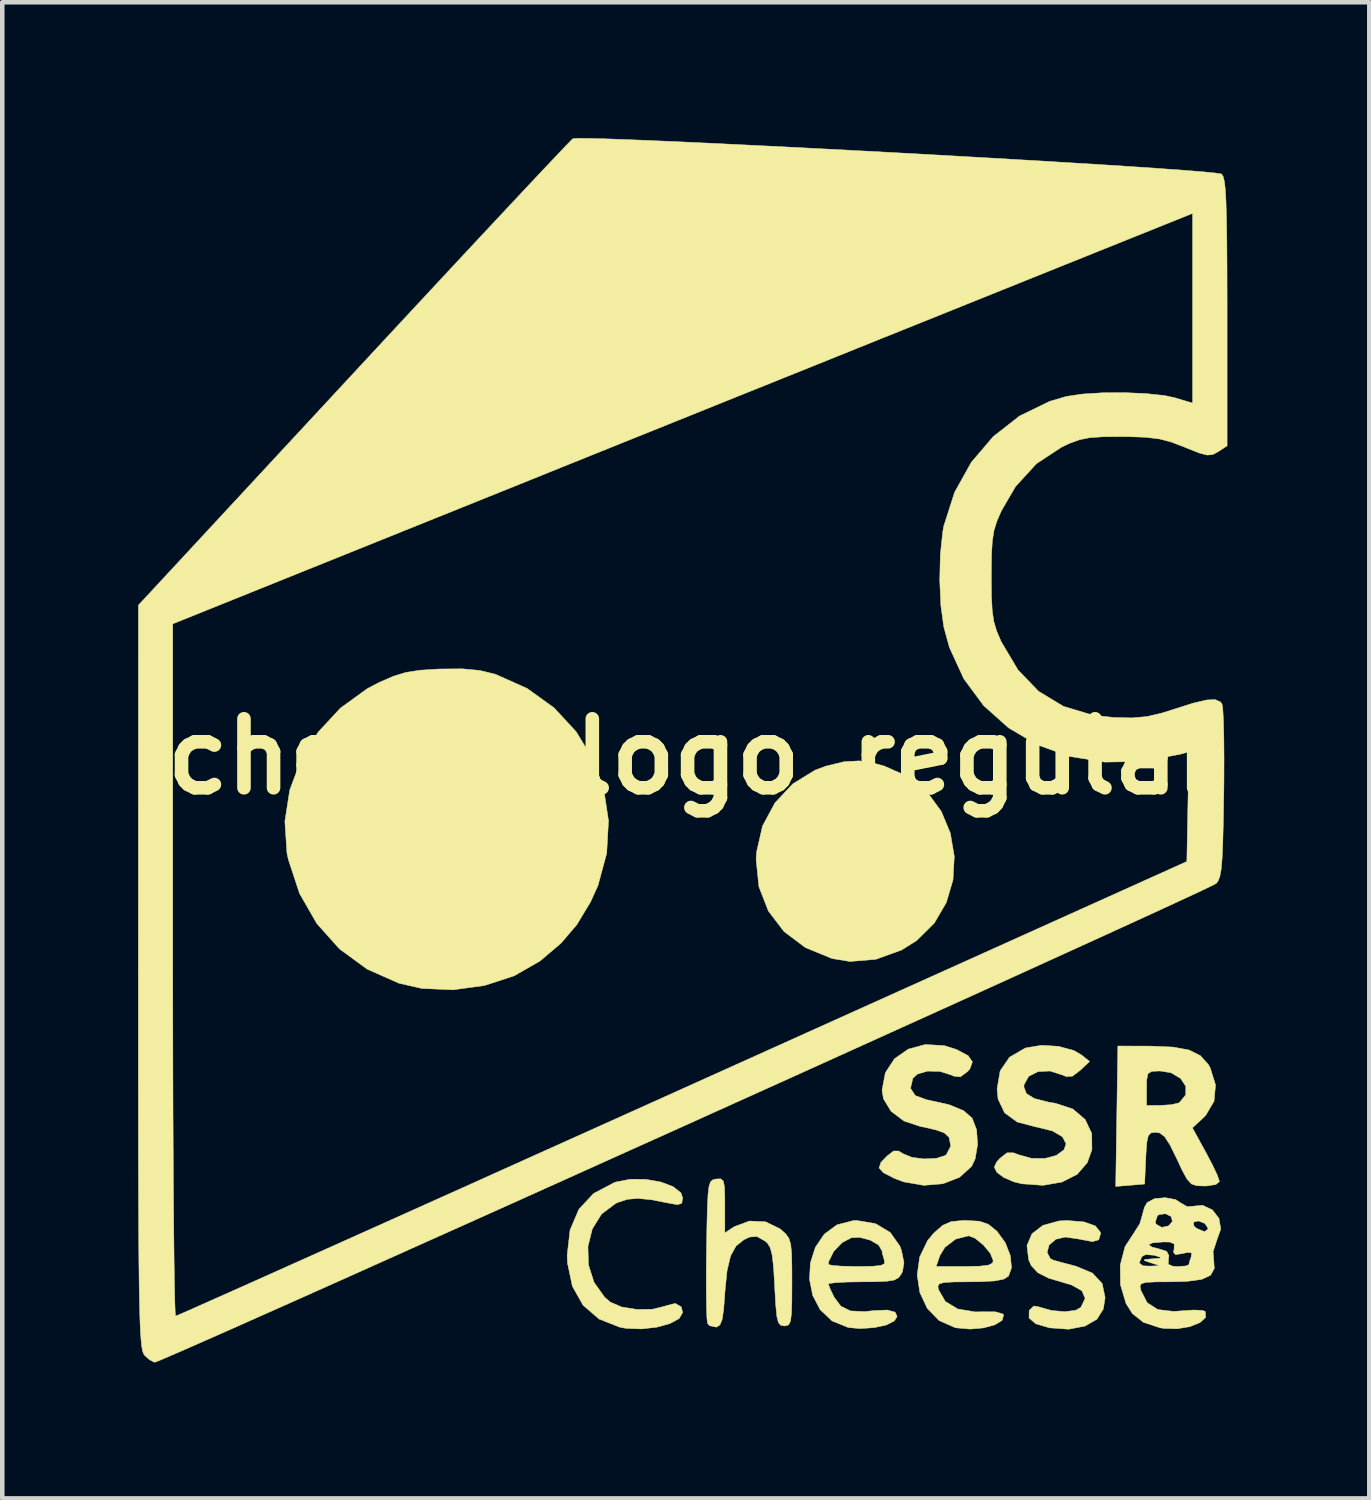
<source format=kicad_pcb>
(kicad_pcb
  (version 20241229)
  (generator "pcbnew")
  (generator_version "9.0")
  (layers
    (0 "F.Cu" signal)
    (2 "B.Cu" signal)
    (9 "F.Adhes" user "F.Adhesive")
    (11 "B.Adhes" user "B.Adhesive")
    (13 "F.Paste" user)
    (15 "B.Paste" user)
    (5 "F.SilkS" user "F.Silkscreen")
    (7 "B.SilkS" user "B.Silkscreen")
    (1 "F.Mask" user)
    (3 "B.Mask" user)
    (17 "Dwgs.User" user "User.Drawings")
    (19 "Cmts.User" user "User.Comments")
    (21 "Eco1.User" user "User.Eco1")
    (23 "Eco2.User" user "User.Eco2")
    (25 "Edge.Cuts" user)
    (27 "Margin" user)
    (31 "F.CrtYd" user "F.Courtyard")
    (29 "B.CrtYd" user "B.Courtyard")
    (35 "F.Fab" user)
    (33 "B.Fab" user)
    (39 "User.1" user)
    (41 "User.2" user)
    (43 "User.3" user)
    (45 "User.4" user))
  (footprint "cheese_logo_regular"
    (layer "F.Cu")
    (at 12.28 13.658)
    (property "Reference" "cheese_logo_regular" (at 0 0 0) (layer "F.SilkS") (effects (font (size 1.524 1.524) (thickness 0.3))))
    (attr through_hole)
    (fp_poly (pts (xy 4.01 0.157) (xy 4.2 0.21) (xy 4.726 0.444) (xy 5.146 0.785) (xy 5.457 1.21) (xy 5.657 1.691) (xy 5.744 2.204) (xy 5.716 2.723) (xy 5.569 3.222) (xy 5.303 3.678) (xy 4.914 4.063) (xy 4.58 4.272) (xy 4.013 4.477) (xy 3.443 4.525) (xy 3.044 4.46) (xy 2.457 4.219) (xy 1.984 3.864) (xy 1.638 3.41) (xy 1.429 2.873) (xy 1.368 2.269) (xy 1.378 2.108) (xy 1.51 1.532) (xy 1.784 1.022) (xy 2.178 0.602) (xy 2.671 0.299) (xy 2.915 0.209) (xy 3.313 0.113) (xy 3.649 0.095) (xy 4.01 0.157)) (stroke (width 0.01) (type solid)) (fill yes) (layer "F.SilkS"))
    (fp_poly (pts (xy -4.736 -1.902) (xy -4.404 -1.822) (xy -4.385 -1.816) (xy -3.687 -1.504) (xy -3.091 -1.074) (xy -2.605 -0.547) (xy -2.237 0.058) (xy -1.997 0.721) (xy -1.892 1.419) (xy -1.932 2.135) (xy -2.124 2.846) (xy -2.287 3.207) (xy -2.589 3.709) (xy -2.939 4.12) (xy -3.395 4.507) (xy -3.411 4.519) (xy -3.977 4.843) (xy -4.63 5.056) (xy -5.326 5.151) (xy -6.018 5.12) (xy -6.519 5.006) (xy -7.223 4.694) (xy -7.832 4.249) (xy -8.334 3.687) (xy -8.716 3.022) (xy -8.963 2.271) (xy -8.993 2.128) (xy -9.039 1.43) (xy -8.931 0.737) (xy -8.682 0.072) (xy -8.305 -0.539) (xy -7.812 -1.071) (xy -7.218 -1.501) (xy -6.966 -1.633) (xy -6.647 -1.773) (xy -6.367 -1.859) (xy -6.057 -1.907) (xy -5.651 -1.933) (xy -5.613 -1.934) (xy -5.12 -1.938) (xy -4.736 -1.902)) (stroke (width 0.01) (type solid)) (fill yes) (layer "F.SilkS"))
    (fp_poly (pts (xy -1.067 9.337) (xy -0.739 9.394) (xy -0.468 9.496) (xy -0.295 9.631) (xy -0.254 9.745) (xy -0.274 9.865) (xy -0.367 9.895) (xy -0.529 9.868) (xy -0.945 9.787) (xy -1.246 9.757) (xy -1.48 9.778) (xy -1.692 9.849) (xy -1.735 9.869) (xy -2.044 10.101) (xy -2.249 10.43) (xy -2.346 10.816) (xy -2.335 11.222) (xy -2.212 11.61) (xy -1.977 11.94) (xy -1.851 12.048) (xy -1.602 12.155) (xy -1.267 12.209) (xy -0.923 12.205) (xy -0.645 12.137) (xy -0.627 12.129) (xy -0.418 12.076) (xy -0.285 12.153) (xy -0.254 12.277) (xy -0.332 12.411) (xy -0.537 12.522) (xy -0.828 12.602) (xy -1.164 12.64) (xy -1.503 12.627) (xy -1.639 12.603) (xy -2.101 12.421) (xy -2.455 12.115) (xy -2.69 11.697) (xy -2.799 11.179) (xy -2.805 11.015) (xy -2.741 10.454) (xy -2.546 9.997) (xy -2.221 9.648) (xy -1.768 9.409) (xy -1.727 9.395) (xy -1.41 9.334) (xy -1.067 9.337)) (stroke (width 0.01) (type solid)) (fill yes) (layer "F.SilkS"))
    (fp_poly (pts (xy 8.608 10.276) (xy 8.86 10.365) (xy 8.971 10.504) (xy 8.975 10.539) (xy 8.934 10.672) (xy 8.794 10.711) (xy 8.532 10.663) (xy 8.509 10.657) (xy 8.195 10.611) (xy 7.988 10.659) (xy 7.838 10.787) (xy 7.794 10.95) (xy 7.864 11.086) (xy 7.938 11.123) (xy 8.112 11.171) (xy 8.363 11.237) (xy 8.432 11.255) (xy 8.796 11.407) (xy 9.01 11.638) (xy 9.075 11.949) (xy 9.036 12.198) (xy 8.895 12.425) (xy 8.628 12.578) (xy 8.268 12.646) (xy 7.849 12.616) (xy 7.849 12.616) (xy 7.542 12.526) (xy 7.395 12.397) (xy 7.398 12.231) (xy 7.499 12.133) (xy 7.6 12.15) (xy 7.89 12.232) (xy 8.185 12.259) (xy 8.426 12.228) (xy 8.54 12.163) (xy 8.634 11.964) (xy 8.563 11.798) (xy 8.333 11.668) (xy 8.203 11.63) (xy 7.83 11.52) (xy 7.589 11.398) (xy 7.444 11.241) (xy 7.387 11.114) (xy 7.349 10.799) (xy 7.459 10.539) (xy 7.701 10.352) (xy 8.057 10.255) (xy 8.237 10.245) (xy 8.608 10.276)) (stroke (width 0.01) (type solid)) (fill yes) (layer "F.SilkS"))
    (fp_poly (pts (xy 8.047 6.399) (xy 8.384 6.491) (xy 8.553 6.589) (xy 8.732 6.733) (xy 8.523 6.93) (xy 8.354 7.058) (xy 8.216 7.067) (xy 8.142 7.035) (xy 7.859 6.944) (xy 7.593 6.957) (xy 7.388 7.061) (xy 7.286 7.243) (xy 7.281 7.295) (xy 7.336 7.442) (xy 7.512 7.551) (xy 7.831 7.633) (xy 7.976 7.656) (xy 8.361 7.782) (xy 8.634 8.014) (xy 8.78 8.323) (xy 8.784 8.681) (xy 8.682 8.967) (xy 8.458 9.226) (xy 8.12 9.397) (xy 7.702 9.469) (xy 7.241 9.435) (xy 7.059 9.391) (xy 6.838 9.296) (xy 6.685 9.182) (xy 6.627 9.066) (xy 6.685 8.945) (xy 6.756 8.87) (xy 6.909 8.75) (xy 7.056 8.751) (xy 7.155 8.79) (xy 7.446 8.872) (xy 7.742 8.875) (xy 7.998 8.808) (xy 8.168 8.682) (xy 8.213 8.551) (xy 8.133 8.397) (xy 7.915 8.269) (xy 7.587 8.186) (xy 7.552 8.18) (xy 7.133 8.07) (xy 6.855 7.866) (xy 6.711 7.564) (xy 6.689 7.339) (xy 6.758 6.939) (xy 6.965 6.638) (xy 7.305 6.441) (xy 7.331 6.432) (xy 7.672 6.376) (xy 8.047 6.399)) (stroke (width 0.01) (type solid)) (fill yes) (layer "F.SilkS"))
    (fp_poly (pts (xy 5.522 6.383) (xy 5.792 6.468) (xy 6.049 6.605) (xy 6.145 6.742) (xy 6.089 6.896) (xy 6.032 6.96) (xy 5.878 7.073) (xy 5.732 7.057) (xy 5.689 7.036) (xy 5.43 6.953) (xy 5.157 6.946) (xy 4.931 7.011) (xy 4.829 7.106) (xy 4.777 7.325) (xy 4.882 7.486) (xy 5.138 7.58) (xy 5.152 7.582) (xy 5.627 7.687) (xy 5.951 7.82) (xy 6.138 7.984) (xy 6.237 8.242) (xy 6.259 8.569) (xy 6.205 8.885) (xy 6.127 9.049) (xy 5.861 9.291) (xy 5.494 9.433) (xy 5.069 9.469) (xy 4.626 9.392) (xy 4.424 9.316) (xy 4.179 9.19) (xy 4.083 9.084) (xy 4.124 8.963) (xy 4.255 8.826) (xy 4.403 8.71) (xy 4.517 8.711) (xy 4.609 8.769) (xy 4.81 8.851) (xy 5.08 8.885) (xy 5.349 8.872) (xy 5.544 8.81) (xy 5.571 8.788) (xy 5.666 8.601) (xy 5.63 8.41) (xy 5.524 8.31) (xy 5.351 8.248) (xy 5.094 8.187) (xy 5 8.17) (xy 4.633 8.048) (xy 4.349 7.834) (xy 4.18 7.558) (xy 4.149 7.368) (xy 4.222 6.981) (xy 4.424 6.673) (xy 4.727 6.461) (xy 5.102 6.359) (xy 5.522 6.383)) (stroke (width 0.01) (type solid)) (fill yes) (layer "F.SilkS"))
    (fp_poly (pts (xy 10.087 6.394) (xy 10.576 6.415) (xy 10.93 6.481) (xy 11.178 6.604) (xy 11.35 6.794) (xy 11.395 6.872) (xy 11.514 7.253) (xy 11.48 7.613) (xy 11.298 7.921) (xy 11.259 7.961) (xy 11.003 8.2) (xy 11.301 8.742) (xy 11.447 9.021) (xy 11.554 9.248) (xy 11.599 9.378) (xy 11.599 9.384) (xy 11.522 9.45) (xy 11.319 9.482) (xy 11.267 9.483) (xy 11.097 9.477) (xy 10.98 9.437) (xy 10.883 9.331) (xy 10.773 9.128) (xy 10.662 8.89) (xy 10.509 8.579) (xy 10.391 8.396) (xy 10.283 8.313) (xy 10.194 8.297) (xy 10.089 8.31) (xy 10.028 8.373) (xy 9.995 8.524) (xy 9.976 8.8) (xy 9.973 8.869) (xy 9.948 9.44) (xy 9.629 9.467) (xy 9.309 9.493) (xy 9.333 7.943) (xy 9.342 7.324) (xy 9.991 7.324) (xy 9.991 7.705) (xy 10.308 7.703) (xy 10.541 7.687) (xy 10.702 7.648) (xy 10.717 7.64) (xy 10.856 7.47) (xy 10.857 7.281) (xy 10.741 7.107) (xy 10.53 6.982) (xy 10.287 6.943) (xy 10.105 6.951) (xy 10.019 7.006) (xy 9.992 7.154) (xy 9.991 7.324) (xy 9.342 7.324) (xy 9.356 6.392) (xy 10.087 6.394)) (stroke (width 0.01) (type solid)) (fill yes) (layer "F.SilkS"))
    (fp_poly (pts (xy 6.3 10.261) (xy 6.497 10.329) (xy 6.677 10.474) (xy 6.689 10.486) (xy 6.871 10.736) (xy 6.982 11.022) (xy 7.008 11.289) (xy 6.942 11.473) (xy 6.836 11.54) (xy 6.633 11.58) (xy 6.305 11.597) (xy 6.094 11.599) (xy 5.739 11.602) (xy 5.522 11.614) (xy 5.414 11.643) (xy 5.383 11.698) (xy 5.395 11.771) (xy 5.545 12.032) (xy 5.822 12.2) (xy 6.207 12.264) (xy 6.339 12.261) (xy 6.651 12.262) (xy 6.814 12.308) (xy 6.834 12.334) (xy 6.799 12.452) (xy 6.637 12.55) (xy 6.388 12.617) (xy 6.093 12.643) (xy 5.795 12.617) (xy 5.759 12.61) (xy 5.408 12.454) (xy 5.147 12.185) (xy 4.984 11.838) (xy 4.925 11.449) (xy 4.951 11.261) (xy 5.343 11.261) (xy 5.973 11.261) (xy 6.305 11.254) (xy 6.499 11.231) (xy 6.588 11.184) (xy 6.604 11.13) (xy 6.54 10.97) (xy 6.388 10.787) (xy 6.205 10.638) (xy 6.061 10.583) (xy 5.776 10.655) (xy 5.536 10.838) (xy 5.427 11.018) (xy 5.343 11.261) (xy 4.951 11.261) (xy 4.979 11.053) (xy 5.155 10.687) (xy 5.29 10.526) (xy 5.486 10.353) (xy 5.673 10.27) (xy 5.93 10.245) (xy 6.009 10.245) (xy 6.3 10.261)) (stroke (width 0.01) (type solid)) (fill yes) (layer "F.SilkS"))
    (fp_poly (pts (xy 0.642 9.371) (xy 0.669 9.501) (xy 0.677 9.751) (xy 0.677 9.91) (xy 0.677 10.518) (xy 0.886 10.381) (xy 1.219 10.257) (xy 1.577 10.274) (xy 1.897 10.429) (xy 1.921 10.449) (xy 2.024 10.543) (xy 2.092 10.639) (xy 2.132 10.772) (xy 2.152 10.977) (xy 2.158 11.289) (xy 2.159 11.613) (xy 2.157 12.028) (xy 2.148 12.302) (xy 2.127 12.465) (xy 2.089 12.545) (xy 2.028 12.571) (xy 1.99 12.573) (xy 1.913 12.56) (xy 1.861 12.5) (xy 1.826 12.365) (xy 1.802 12.123) (xy 1.78 11.745) (xy 1.778 11.698) (xy 1.754 11.29) (xy 1.724 11.017) (xy 1.68 10.846) (xy 1.617 10.743) (xy 1.571 10.703) (xy 1.387 10.599) (xy 1.224 10.61) (xy 1.097 10.67) (xy 0.924 10.809) (xy 0.804 11.028) (xy 0.726 11.356) (xy 0.679 11.821) (xy 0.677 11.853) (xy 0.651 12.212) (xy 0.617 12.434) (xy 0.568 12.552) (xy 0.495 12.598) (xy 0.487 12.6) (xy 0.34 12.569) (xy 0.294 12.513) (xy 0.281 12.394) (xy 0.272 12.136) (xy 0.268 11.767) (xy 0.268 11.318) (xy 0.273 10.877) (xy 0.282 10.336) (xy 0.292 9.941) (xy 0.306 9.668) (xy 0.327 9.494) (xy 0.359 9.396) (xy 0.404 9.35) (xy 0.467 9.332) (xy 0.487 9.329) (xy 0.585 9.325) (xy 0.642 9.371)) (stroke (width 0.01) (type solid)) (fill yes) (layer "F.SilkS"))
    (fp_poly (pts (xy 4.004 10.314) (xy 4.33 10.509) (xy 4.544 10.813) (xy 4.577 10.905) (xy 4.633 11.175) (xy 4.601 11.37) (xy 4.579 11.418) (xy 4.517 11.505) (xy 4.421 11.559) (xy 4.254 11.587) (xy 3.979 11.598) (xy 3.722 11.599) (xy 3.387 11.604) (xy 3.128 11.617) (xy 2.982 11.636) (xy 2.963 11.646) (xy 2.998 11.746) (xy 3.084 11.925) (xy 3.089 11.936) (xy 3.24 12.139) (xy 3.452 12.242) (xy 3.761 12.257) (xy 3.975 12.235) (xy 4.263 12.222) (xy 4.438 12.269) (xy 4.482 12.367) (xy 4.419 12.463) (xy 4.247 12.552) (xy 3.974 12.611) (xy 3.666 12.632) (xy 3.404 12.609) (xy 3.045 12.463) (xy 2.783 12.216) (xy 2.618 11.9) (xy 2.547 11.544) (xy 2.565 11.214) (xy 2.963 11.214) (xy 3.041 11.236) (xy 3.247 11.253) (xy 3.54 11.26) (xy 3.607 11.261) (xy 3.935 11.256) (xy 4.123 11.238) (xy 4.202 11.199) (xy 4.202 11.133) (xy 4.2 11.127) (xy 4.154 10.967) (xy 4.149 10.917) (xy 4.074 10.788) (xy 3.891 10.68) (xy 3.66 10.619) (xy 3.473 10.625) (xy 3.266 10.734) (xy 3.08 10.93) (xy 2.972 11.147) (xy 2.963 11.214) (xy 2.565 11.214) (xy 2.567 11.18) (xy 2.676 10.838) (xy 2.872 10.548) (xy 3.152 10.341) (xy 3.514 10.247) (xy 3.589 10.245) (xy 4.004 10.314)) (stroke (width 0.01) (type solid)) (fill yes) (layer "F.SilkS"))
    (fp_poly (pts (xy 10.631 9.783) (xy 10.748 9.859) (xy 10.89 9.94) (xy 10.971 9.934) (xy 11.228 9.909) (xy 11.445 10.011) (xy 11.59 10.2) (xy 11.629 10.436) (xy 11.554 10.643) (xy 11.459 10.933) (xy 11.471 11.086) (xy 11.486 11.304) (xy 11.405 11.453) (xy 11.209 11.545) (xy 10.881 11.59) (xy 10.529 11.599) (xy 10.182 11.601) (xy 9.972 11.613) (xy 9.871 11.643) (xy 9.846 11.701) (xy 9.865 11.79) (xy 10.004 12.061) (xy 10.239 12.212) (xy 10.586 12.253) (xy 10.766 12.24) (xy 11.034 12.222) (xy 11.226 12.231) (xy 11.29 12.256) (xy 11.294 12.386) (xy 11.166 12.502) (xy 10.944 12.59) (xy 10.666 12.636) (xy 10.37 12.628) (xy 10.287 12.614) (xy 9.921 12.494) (xy 9.675 12.299) (xy 9.536 12.076) (xy 9.414 11.664) (xy 9.409 11.228) (xy 9.421 11.183) (xy 9.828 11.183) (xy 9.911 11.246) (xy 10.054 11.252) (xy 10.287 11.244) (xy 10.075 11.176) (xy 9.937 11.128) (xy 9.95 11.106) (xy 10.118 11.091) (xy 10.286 11.077) (xy 10.294 11.056) (xy 10.16 11.013) (xy 9.97 10.998) (xy 9.886 11.043) (xy 9.828 11.183) (xy 9.421 11.183) (xy 9.514 10.825) (xy 9.542 10.781) (xy 10.035 10.781) (xy 10.111 10.832) (xy 10.252 10.868) (xy 10.435 10.927) (xy 10.485 11.023) (xy 10.474 11.091) (xy 10.471 11.212) (xy 10.576 11.257) (xy 10.676 11.261) (xy 10.851 11.25) (xy 10.922 11.225) (xy 10.948 11.126) (xy 10.975 11.052) (xy 10.986 10.96) (xy 10.891 10.951) (xy 10.793 10.973) (xy 10.629 10.999) (xy 10.585 10.946) (xy 10.599 10.871) (xy 10.601 10.762) (xy 10.503 10.721) (xy 10.357 10.719) (xy 10.119 10.74) (xy 10.035 10.781) (xy 9.542 10.781) (xy 9.712 10.519) (xy 9.841 10.317) (xy 9.853 10.276) (xy 10.184 10.276) (xy 10.201 10.327) (xy 10.324 10.397) (xy 10.477 10.364) (xy 10.549 10.281) (xy 11.027 10.281) (xy 11.036 10.366) (xy 11.094 10.417) (xy 11.269 10.493) (xy 11.343 10.439) (xy 11.345 10.411) (xy 11.277 10.31) (xy 11.136 10.255) (xy 11.027 10.281) (xy 10.549 10.281) (xy 10.562 10.266) (xy 10.532 10.156) (xy 10.409 10.096) (xy 10.268 10.113) (xy 10.229 10.141) (xy 10.184 10.276) (xy 9.853 10.276) (xy 9.886 10.162) (xy 9.943 9.955) (xy 10.003 9.849) (xy 10.166 9.763) (xy 10.403 9.741) (xy 10.631 9.783)) (stroke (width 0.01) (type solid)) (fill yes) (layer "F.SilkS"))
    (fp_poly (pts (xy -2.316 -13.651) (xy -1.92 -13.641) (xy -1.401 -13.622) (xy -0.774 -13.596) (xy -0.054 -13.564) (xy 0.743 -13.526) (xy 1.602 -13.484) (xy 2.509 -13.438) (xy 3.447 -13.389) (xy 4.402 -13.338) (xy 5.358 -13.285) (xy 6.3 -13.232) (xy 7.213 -13.179) (xy 8.082 -13.127) (xy 8.891 -13.078) (xy 9.625 -13.031) (xy 10.269 -12.987) (xy 10.808 -12.948) (xy 11.227 -12.915) (xy 11.51 -12.887) (xy 11.642 -12.867) (xy 11.648 -12.864) (xy 11.681 -12.812) (xy 11.708 -12.705) (xy 11.729 -12.528) (xy 11.744 -12.265) (xy 11.755 -11.899) (xy 11.763 -11.416) (xy 11.767 -10.799) (xy 11.769 -10.033) (xy 11.769 -9.813) (xy 11.769 -6.862) (xy 11.572 -6.733) (xy 11.454 -6.67) (xy 11.332 -6.658) (xy 11.159 -6.702) (xy 10.886 -6.81) (xy 10.831 -6.833) (xy 10.54 -6.945) (xy 10.276 -7.014) (xy 9.98 -7.051) (xy 9.593 -7.065) (xy 9.44 -7.066) (xy 9.031 -7.063) (xy 8.738 -7.043) (xy 8.508 -6.997) (xy 8.288 -6.916) (xy 8.114 -6.834) (xy 7.558 -6.468) (xy 7.098 -5.965) (xy 6.785 -5.429) (xy 6.686 -5.201) (xy 6.621 -4.993) (xy 6.584 -4.757) (xy 6.566 -4.449) (xy 6.562 -4.021) (xy 6.562 -3.979) (xy 6.565 -3.54) (xy 6.582 -3.223) (xy 6.617 -2.983) (xy 6.679 -2.774) (xy 6.775 -2.55) (xy 6.785 -2.53) (xy 7.151 -1.914) (xy 7.606 -1.441) (xy 8.154 -1.11) (xy 8.799 -0.916) (xy 9.262 -0.864) (xy 9.67 -0.854) (xy 10.001 -0.884) (xy 10.342 -0.965) (xy 10.606 -1.049) (xy 11.026 -1.182) (xy 11.318 -1.25) (xy 11.507 -1.258) (xy 11.621 -1.207) (xy 11.656 -1.164) (xy 11.674 -1.052) (xy 11.688 -0.796) (xy 11.697 -0.423) (xy 11.701 0.042) (xy 11.699 0.571) (xy 11.696 0.804) (xy 11.686 1.425) (xy 11.674 1.897) (xy 11.659 2.244) (xy 11.638 2.487) (xy 11.609 2.647) (xy 11.571 2.746) (xy 11.529 2.801) (xy 11.44 2.848) (xy 11.206 2.96) (xy 10.839 3.131) (xy 10.349 3.358) (xy 9.745 3.635) (xy 9.039 3.958) (xy 8.24 4.322) (xy 7.36 4.723) (xy 6.407 5.156) (xy 5.393 5.616) (xy 4.328 6.098) (xy 3.222 6.599) (xy 2.086 7.113) (xy 0.929 7.635) (xy -0.238 8.162) (xy -1.404 8.687) (xy -2.56 9.208) (xy -3.694 9.719) (xy -4.797 10.215) (xy -5.859 10.691) (xy -6.869 11.144) (xy -7.816 11.569) (xy -8.691 11.96) (xy -9.483 12.313) (xy -10.182 12.624) (xy -10.777 12.887) (xy -11.258 13.099) (xy -11.616 13.254) (xy -11.839 13.349) (xy -11.916 13.377) (xy -12.029 13.321) (xy -12.137 13.222) (xy -12.16 13.187) (xy -12.181 13.127) (xy -12.199 13.033) (xy -12.214 12.895) (xy -12.228 12.704) (xy -12.239 12.449) (xy -12.248 12.119) (xy -12.256 11.706) (xy -12.262 11.199) (xy -12.267 10.588) (xy -12.27 9.864) (xy -12.273 9.015) (xy -12.274 8.032) (xy -12.275 6.906) (xy -12.275 5.626) (xy -12.275 4.862) (xy -12.273 -2.931) (xy -11.515 -2.931) (xy -11.515 4.715) (xy -11.514 5.837) (xy -11.512 6.909) (xy -11.509 7.919) (xy -11.504 8.856) (xy -11.499 9.708) (xy -11.493 10.462) (xy -11.486 11.107) (xy -11.478 11.631) (xy -11.47 12.021) (xy -11.461 12.267) (xy -11.452 12.356) (xy -11.451 12.356) (xy -11.368 12.321) (xy -11.139 12.221) (xy -10.773 12.058) (xy -10.279 11.838) (xy -9.665 11.564) (xy -8.94 11.239) (xy -8.112 10.868) (xy -7.191 10.455) (xy -6.185 10.003) (xy -5.103 9.517) (xy -3.953 8.999) (xy -2.744 8.455) (xy -1.484 7.888) (xy -0.254 7.334) (xy 10.88 2.317) (xy 10.903 1.106) (xy 10.927 -0.106) (xy 10.734 -0.052) (xy 9.887 0.108) (xy 9.069 0.122) (xy 8.295 -0.003) (xy 7.581 -0.258) (xy 6.943 -0.634) (xy 6.395 -1.123) (xy 5.955 -1.717) (xy 5.638 -2.407) (xy 5.513 -2.862) (xy 5.448 -3.332) (xy 5.423 -3.89) (xy 5.436 -4.459) (xy 5.489 -4.963) (xy 5.514 -5.097) (xy 5.751 -5.837) (xy 6.121 -6.5) (xy 6.606 -7.068) (xy 7.188 -7.523) (xy 7.849 -7.844) (xy 8.222 -7.954) (xy 8.573 -8.006) (xy 9.02 -8.034) (xy 9.509 -8.037) (xy 9.982 -8.016) (xy 10.386 -7.973) (xy 10.612 -7.925) (xy 11.007 -7.806) (xy 11.007 -11.996) (xy 7.387 -10.541) (xy 6.761 -10.289) (xy 5.996 -9.981) (xy 5.111 -9.625) (xy 4.125 -9.229) (xy 3.056 -8.798) (xy 1.923 -8.342) (xy 0.744 -7.868) (xy -0.462 -7.382) (xy -1.677 -6.893) (xy -2.882 -6.408) (xy -3.873 -6.008) (xy -11.515 -2.931) (xy -12.273 -2.931) (xy -12.273 -3.344) (xy -7.523 -8.467) (xy -6.793 -9.254) (xy -6.094 -10.006) (xy -5.436 -10.713) (xy -4.828 -11.366) (xy -4.277 -11.955) (xy -3.794 -12.471) (xy -3.386 -12.906) (xy -3.062 -13.248) (xy -2.832 -13.491) (xy -2.702 -13.623) (xy -2.678 -13.645) (xy -2.574 -13.653) (xy -2.316 -13.651)) (stroke (width 0.01) (type solid)) (fill yes) (layer "F.SilkS")))
  (gr_rect
    (start -3 -3)
    (end 27.189 30.04)
    (stroke (width 0.1) (type default))
    (fill no)
    (layer "Edge.Cuts")))
</source>
